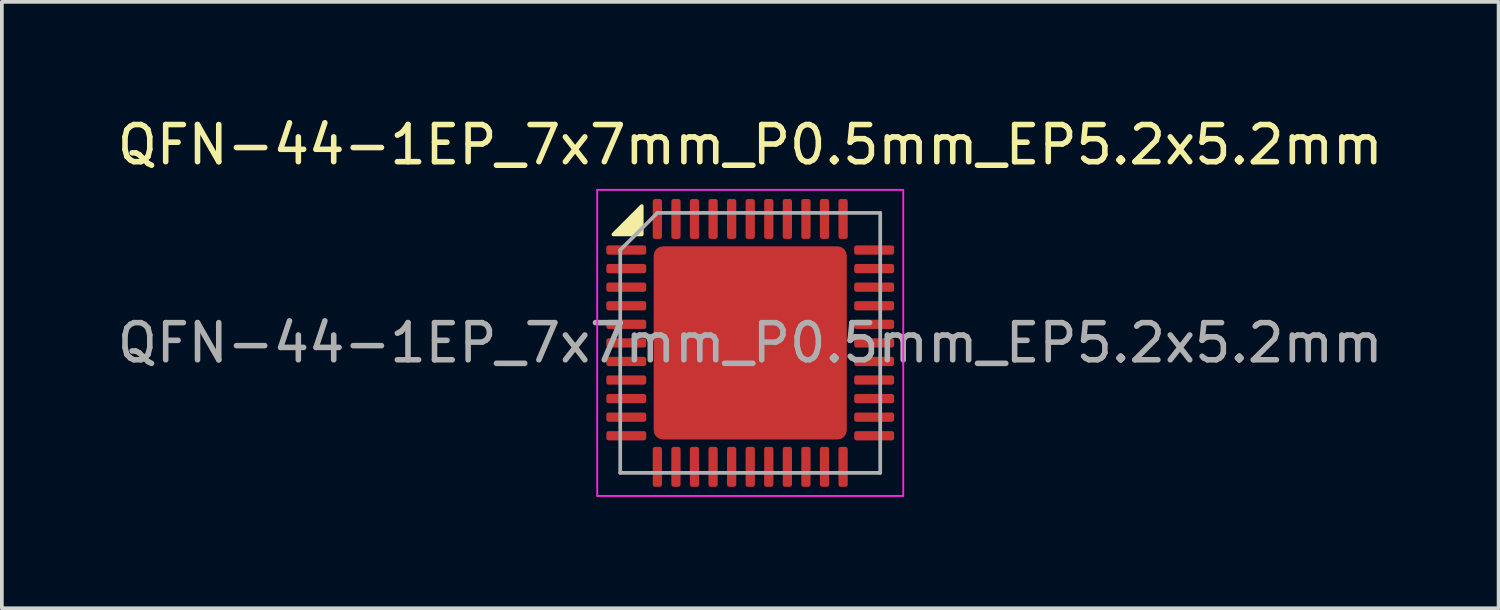
<source format=kicad_pcb>
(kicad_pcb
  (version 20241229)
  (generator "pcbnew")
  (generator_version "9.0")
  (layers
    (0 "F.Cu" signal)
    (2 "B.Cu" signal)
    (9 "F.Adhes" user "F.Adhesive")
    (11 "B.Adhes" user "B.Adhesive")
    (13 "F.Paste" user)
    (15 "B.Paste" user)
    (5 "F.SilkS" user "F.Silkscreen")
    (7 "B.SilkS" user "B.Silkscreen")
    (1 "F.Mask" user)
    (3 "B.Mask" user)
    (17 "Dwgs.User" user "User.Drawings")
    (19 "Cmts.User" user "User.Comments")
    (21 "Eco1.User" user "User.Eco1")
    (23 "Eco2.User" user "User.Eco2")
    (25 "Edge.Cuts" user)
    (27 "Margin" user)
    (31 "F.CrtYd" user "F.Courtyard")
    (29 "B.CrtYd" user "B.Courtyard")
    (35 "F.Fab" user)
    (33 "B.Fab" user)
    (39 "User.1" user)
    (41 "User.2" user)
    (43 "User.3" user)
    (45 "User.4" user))
  (footprint "QFN-44-1EP_7x7mm_P0.5mm_EP5.2x5.2mm"
    (layer "F.Cu")
    (at 17.149 6.182)
    (property "Reference" "QFN-44-1EP_7x7mm_P0.5mm_EP5.2x5.2mm" (at 0 -5.334 0) (layer "F.SilkS") (effects (font (size 1 1) (thickness 0.15))))
    (attr through_hole)
    (fp_poly (pts (xy -2.921 -2.921) (xy -3.683 -2.921) (xy -2.921 -3.683)) (stroke (width 0.1) (type solid)) (fill yes) (layer "F.SilkS"))
    (fp_line (start -4.12 -4.12) (end -4.12 4.12) (stroke (width 0.05) (type solid)) (layer "F.CrtYd"))
    (fp_line (start -4.12 4.12) (end 4.12 4.12) (stroke (width 0.05) (type solid)) (layer "F.CrtYd"))
    (fp_line (start 4.12 -4.12) (end -4.12 -4.12) (stroke (width 0.05) (type solid)) (layer "F.CrtYd"))
    (fp_line (start 4.12 4.12) (end 4.12 -4.12) (stroke (width 0.05) (type solid)) (layer "F.CrtYd"))
    (fp_line (start -3.5 -2.5) (end -2.5 -3.5) (stroke (width 0.1) (type solid)) (layer "F.Fab"))
    (fp_line (start -3.5 3.5) (end -3.5 -2.5) (stroke (width 0.1) (type solid)) (layer "F.Fab"))
    (fp_line (start -2.5 -3.5) (end 3.5 -3.5) (stroke (width 0.1) (type solid)) (layer "F.Fab"))
    (fp_line (start 3.5 -3.5) (end 3.5 3.5) (stroke (width 0.1) (type solid)) (layer "F.Fab"))
    (fp_line (start 3.5 3.5) (end -3.5 3.5) (stroke (width 0.1) (type solid)) (layer "F.Fab"))
    (fp_text user "${REFERENCE}" (at 0 0 0) (layer "F.Fab") (effects (font (size 1 1) (thickness 0.15))))
    (pad "" smd roundrect (at -1.95 -1.95) (size 1.05 1.05) (layers "F.Paste") (roundrect_rratio 0.238))
    (pad "" smd roundrect (at -1.95 -0.65) (size 1.05 1.05) (layers "F.Paste") (roundrect_rratio 0.238))
    (pad "" smd roundrect (at -1.95 0.65) (size 1.05 1.05) (layers "F.Paste") (roundrect_rratio 0.238))
    (pad "" smd roundrect (at -1.95 1.95) (size 1.05 1.05) (layers "F.Paste") (roundrect_rratio 0.238))
    (pad "" smd roundrect (at -0.65 -1.95) (size 1.05 1.05) (layers "F.Paste") (roundrect_rratio 0.238))
    (pad "" smd roundrect (at -0.65 -0.65) (size 1.05 1.05) (layers "F.Paste") (roundrect_rratio 0.238))
    (pad "" smd roundrect (at -0.65 0.65) (size 1.05 1.05) (layers "F.Paste") (roundrect_rratio 0.238))
    (pad "" smd roundrect (at -0.65 1.95) (size 1.05 1.05) (layers "F.Paste") (roundrect_rratio 0.238))
    (pad "" smd roundrect (at 0.65 -1.95) (size 1.05 1.05) (layers "F.Paste") (roundrect_rratio 0.238))
    (pad "" smd roundrect (at 0.65 -0.65) (size 1.05 1.05) (layers "F.Paste") (roundrect_rratio 0.238))
    (pad "" smd roundrect (at 0.65 0.65) (size 1.05 1.05) (layers "F.Paste") (roundrect_rratio 0.238))
    (pad "" smd roundrect (at 0.65 1.95) (size 1.05 1.05) (layers "F.Paste") (roundrect_rratio 0.238))
    (pad "" smd roundrect (at 1.95 -1.95) (size 1.05 1.05) (layers "F.Paste") (roundrect_rratio 0.238))
    (pad "" smd roundrect (at 1.95 -0.65) (size 1.05 1.05) (layers "F.Paste") (roundrect_rratio 0.238))
    (pad "" smd roundrect (at 1.95 0.65) (size 1.05 1.05) (layers "F.Paste") (roundrect_rratio 0.238))
    (pad "" smd roundrect (at 1.95 1.95) (size 1.05 1.05) (layers "F.Paste") (roundrect_rratio 0.238))
    (pad "1" smd roundrect (at -3.337 -2.5) (size 1.075 0.25) (layers "F.Cu" "F.Mask" "F.Paste") (roundrect_rratio 0.25))
    (pad "2" smd roundrect (at -3.337 -2) (size 1.075 0.25) (layers "F.Cu" "F.Mask" "F.Paste") (roundrect_rratio 0.25))
    (pad "3" smd roundrect (at -3.337 -1.5) (size 1.075 0.25) (layers "F.Cu" "F.Mask" "F.Paste") (roundrect_rratio 0.25))
    (pad "4" smd roundrect (at -3.337 -1) (size 1.075 0.25) (layers "F.Cu" "F.Mask" "F.Paste") (roundrect_rratio 0.25))
    (pad "5" smd roundrect (at -3.337 -0.5) (size 1.075 0.25) (layers "F.Cu" "F.Mask" "F.Paste") (roundrect_rratio 0.25))
    (pad "6" smd roundrect (at -3.337 0) (size 1.075 0.25) (layers "F.Cu" "F.Mask" "F.Paste") (roundrect_rratio 0.25))
    (pad "7" smd roundrect (at -3.337 0.5) (size 1.075 0.25) (layers "F.Cu" "F.Mask" "F.Paste") (roundrect_rratio 0.25))
    (pad "8" smd roundrect (at -3.337 1) (size 1.075 0.25) (layers "F.Cu" "F.Mask" "F.Paste") (roundrect_rratio 0.25))
    (pad "9" smd roundrect (at -3.337 1.5) (size 1.075 0.25) (layers "F.Cu" "F.Mask" "F.Paste") (roundrect_rratio 0.25))
    (pad "10" smd roundrect (at -3.337 2) (size 1.075 0.25) (layers "F.Cu" "F.Mask" "F.Paste") (roundrect_rratio 0.25))
    (pad "11" smd roundrect (at -3.337 2.5) (size 1.075 0.25) (layers "F.Cu" "F.Mask" "F.Paste") (roundrect_rratio 0.25))
    (pad "12" smd roundrect (at -2.5 3.337) (size 0.25 1.075) (layers "F.Cu" "F.Mask" "F.Paste") (roundrect_rratio 0.25))
    (pad "13" smd roundrect (at -2 3.337) (size 0.25 1.075) (layers "F.Cu" "F.Mask" "F.Paste") (roundrect_rratio 0.25))
    (pad "14" smd roundrect (at -1.5 3.337) (size 0.25 1.075) (layers "F.Cu" "F.Mask" "F.Paste") (roundrect_rratio 0.25))
    (pad "15" smd roundrect (at -1 3.337) (size 0.25 1.075) (layers "F.Cu" "F.Mask" "F.Paste") (roundrect_rratio 0.25))
    (pad "16" smd roundrect (at -0.5 3.337) (size 0.25 1.075) (layers "F.Cu" "F.Mask" "F.Paste") (roundrect_rratio 0.25))
    (pad "17" smd roundrect (at 0 3.337) (size 0.25 1.075) (layers "F.Cu" "F.Mask" "F.Paste") (roundrect_rratio 0.25))
    (pad "18" smd roundrect (at 0.5 3.337) (size 0.25 1.075) (layers "F.Cu" "F.Mask" "F.Paste") (roundrect_rratio 0.25))
    (pad "19" smd roundrect (at 1 3.337) (size 0.25 1.075) (layers "F.Cu" "F.Mask" "F.Paste") (roundrect_rratio 0.25))
    (pad "20" smd roundrect (at 1.5 3.337) (size 0.25 1.075) (layers "F.Cu" "F.Mask" "F.Paste") (roundrect_rratio 0.25))
    (pad "21" smd roundrect (at 2 3.337) (size 0.25 1.075) (layers "F.Cu" "F.Mask" "F.Paste") (roundrect_rratio 0.25))
    (pad "22" smd roundrect (at 2.5 3.337) (size 0.25 1.075) (layers "F.Cu" "F.Mask" "F.Paste") (roundrect_rratio 0.25))
    (pad "23" smd roundrect (at 3.337 2.5) (size 1.075 0.25) (layers "F.Cu" "F.Mask" "F.Paste") (roundrect_rratio 0.25))
    (pad "24" smd roundrect (at 3.337 2) (size 1.075 0.25) (layers "F.Cu" "F.Mask" "F.Paste") (roundrect_rratio 0.25))
    (pad "25" smd roundrect (at 3.337 1.5) (size 1.075 0.25) (layers "F.Cu" "F.Mask" "F.Paste") (roundrect_rratio 0.25))
    (pad "26" smd roundrect (at 3.337 1) (size 1.075 0.25) (layers "F.Cu" "F.Mask" "F.Paste") (roundrect_rratio 0.25))
    (pad "27" smd roundrect (at 3.337 0.5) (size 1.075 0.25) (layers "F.Cu" "F.Mask" "F.Paste") (roundrect_rratio 0.25))
    (pad "28" smd roundrect (at 3.337 0) (size 1.075 0.25) (layers "F.Cu" "F.Mask" "F.Paste") (roundrect_rratio 0.25))
    (pad "29" smd roundrect (at 3.337 -0.5) (size 1.075 0.25) (layers "F.Cu" "F.Mask" "F.Paste") (roundrect_rratio 0.25))
    (pad "30" smd roundrect (at 3.337 -1) (size 1.075 0.25) (layers "F.Cu" "F.Mask" "F.Paste") (roundrect_rratio 0.25))
    (pad "31" smd roundrect (at 3.337 -1.5) (size 1.075 0.25) (layers "F.Cu" "F.Mask" "F.Paste") (roundrect_rratio 0.25))
    (pad "32" smd roundrect (at 3.337 -2) (size 1.075 0.25) (layers "F.Cu" "F.Mask" "F.Paste") (roundrect_rratio 0.25))
    (pad "33" smd roundrect (at 3.337 -2.5) (size 1.075 0.25) (layers "F.Cu" "F.Mask" "F.Paste") (roundrect_rratio 0.25))
    (pad "34" smd roundrect (at 2.5 -3.337) (size 0.25 1.075) (layers "F.Cu" "F.Mask" "F.Paste") (roundrect_rratio 0.25))
    (pad "35" smd roundrect (at 2 -3.337) (size 0.25 1.075) (layers "F.Cu" "F.Mask" "F.Paste") (roundrect_rratio 0.25))
    (pad "36" smd roundrect (at 1.5 -3.337) (size 0.25 1.075) (layers "F.Cu" "F.Mask" "F.Paste") (roundrect_rratio 0.25))
    (pad "37" smd roundrect (at 1 -3.337) (size 0.25 1.075) (layers "F.Cu" "F.Mask" "F.Paste") (roundrect_rratio 0.25))
    (pad "38" smd roundrect (at 0.5 -3.337) (size 0.25 1.075) (layers "F.Cu" "F.Mask" "F.Paste") (roundrect_rratio 0.25))
    (pad "39" smd roundrect (at 0 -3.337) (size 0.25 1.075) (layers "F.Cu" "F.Mask" "F.Paste") (roundrect_rratio 0.25))
    (pad "40" smd roundrect (at -0.5 -3.337) (size 0.25 1.075) (layers "F.Cu" "F.Mask" "F.Paste") (roundrect_rratio 0.25))
    (pad "41" smd roundrect (at -1 -3.337) (size 0.25 1.075) (layers "F.Cu" "F.Mask" "F.Paste") (roundrect_rratio 0.25))
    (pad "42" smd roundrect (at -1.5 -3.337) (size 0.25 1.075) (layers "F.Cu" "F.Mask" "F.Paste") (roundrect_rratio 0.25))
    (pad "43" smd roundrect (at -2 -3.337) (size 0.25 1.075) (layers "F.Cu" "F.Mask" "F.Paste") (roundrect_rratio 0.25))
    (pad "44" smd roundrect (at -2.5 -3.337) (size 0.25 1.075) (layers "F.Cu" "F.Mask" "F.Paste") (roundrect_rratio 0.25))
    (pad "45" smd roundrect (at 0 0) (size 5.2 5.2) (layers "F.Cu" "F.Mask") (roundrect_rratio 0.048)))
  (gr_rect
    (start -3 -3)
    (end 37.298 13.327)
    (stroke (width 0.1) (type default))
    (fill no)
    (layer "Edge.Cuts")))
</source>
